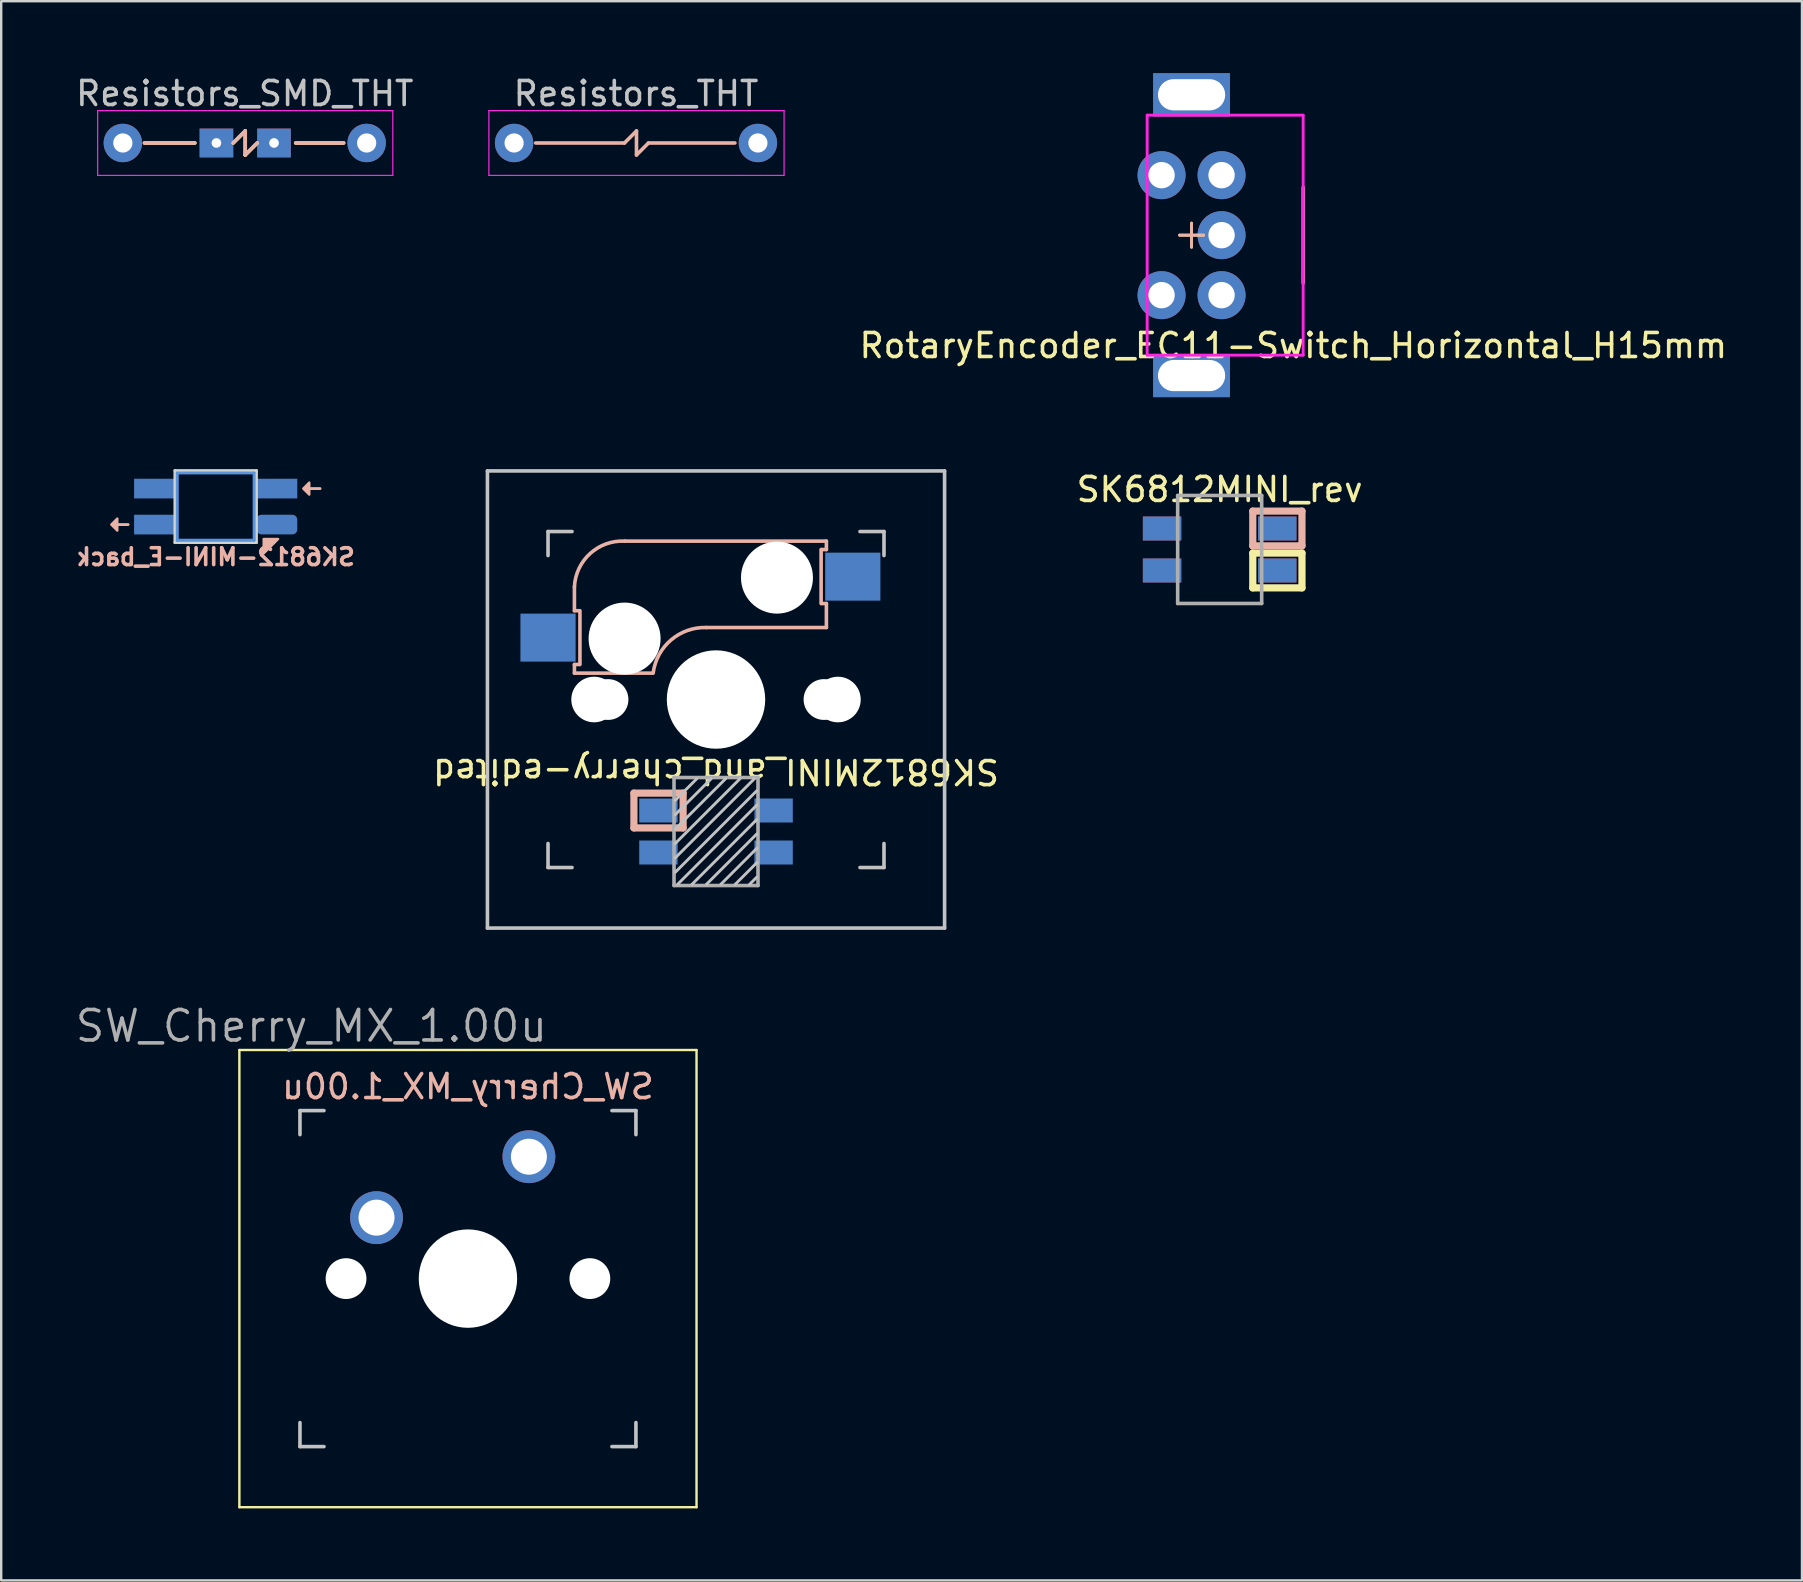
<source format=kicad_pcb>
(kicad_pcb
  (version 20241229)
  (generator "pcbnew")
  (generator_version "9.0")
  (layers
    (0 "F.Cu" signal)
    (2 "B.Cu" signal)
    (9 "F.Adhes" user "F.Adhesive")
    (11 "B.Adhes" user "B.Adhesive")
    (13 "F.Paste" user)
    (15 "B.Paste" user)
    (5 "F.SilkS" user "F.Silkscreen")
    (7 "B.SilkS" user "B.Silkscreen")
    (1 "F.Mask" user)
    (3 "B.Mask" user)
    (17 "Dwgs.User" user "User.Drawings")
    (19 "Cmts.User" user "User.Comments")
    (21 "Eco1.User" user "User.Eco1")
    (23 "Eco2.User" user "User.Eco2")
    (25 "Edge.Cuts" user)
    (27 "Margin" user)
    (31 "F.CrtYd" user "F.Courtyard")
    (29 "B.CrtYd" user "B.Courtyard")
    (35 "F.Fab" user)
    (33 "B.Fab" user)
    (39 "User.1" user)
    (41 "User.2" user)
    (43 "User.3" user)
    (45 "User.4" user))
  (footprint "SW_Cherry_MX_1.00u"
    (layer "F.Cu")
    (at 6.925 40.706)
    (property "Reference" "SW_Cherry_MX_1.00u" (at 3 -1 0) (layer "F.Fab") (effects (font (size 1.27 1.27) (thickness 0.15))))
    (attr through_hole)
    (fp_line (start 0 0) (end 19.05 0) (stroke (width 0.1) (type solid)) (layer "F.SilkS"))
    (fp_line (start 0 19.05) (end 0 0) (stroke (width 0.1) (type solid)) (layer "F.SilkS"))
    (fp_line (start 19.05 0) (end 19.05 19.05) (stroke (width 0.1) (type solid)) (layer "F.SilkS"))
    (fp_line (start 19.05 19.05) (end 0 19.05) (stroke (width 0.1) (type solid)) (layer "F.SilkS"))
    (fp_line (start 2.525 2.525) (end 3.525 2.525) (stroke (width 0.15) (type solid)) (layer "Dwgs.User"))
    (fp_line (start 2.525 3.525) (end 2.525 2.525) (stroke (width 0.15) (type solid)) (layer "Dwgs.User"))
    (fp_line (start 2.525 15.525) (end 2.525 16.525) (stroke (width 0.15) (type solid)) (layer "Dwgs.User"))
    (fp_line (start 2.525 16.525) (end 3.525 16.525) (stroke (width 0.15) (type solid)) (layer "Dwgs.User"))
    (fp_line (start 15.525 16.525) (end 16.525 16.525) (stroke (width 0.15) (type solid)) (layer "Dwgs.User"))
    (fp_line (start 16.525 2.525) (end 15.525 2.525) (stroke (width 0.15) (type solid)) (layer "Dwgs.User"))
    (fp_line (start 16.525 2.525) (end 16.525 3.525) (stroke (width 0.15) (type solid)) (layer "Dwgs.User"))
    (fp_line (start 16.525 16.525) (end 16.525 15.525) (stroke (width 0.15) (type solid)) (layer "Dwgs.User"))
    (fp_line (start 2.275 2.275) (end 16.775 2.275) (stroke (width 0.05) (type solid)) (layer "Eco1.User"))
    (fp_line (start 2.275 16.775) (end 2.275 2.275) (stroke (width 0.05) (type solid)) (layer "Eco1.User"))
    (fp_line (start 16.775 2.275) (end 16.775 16.775) (stroke (width 0.05) (type solid)) (layer "Eco1.User"))
    (fp_line (start 16.775 16.775) (end 2.275 16.775) (stroke (width 0.05) (type solid)) (layer "Eco1.User"))
    (fp_rect (start 2.525 2.525) (end 2.275 2.275) (stroke (width 0.01) (type solid)) (fill no) (layer "User.1"))
    (fp_text user "${REFERENCE}" (at 9.525 1.525 0) (layer "B.SilkS") (effects (font (size 1 1) (thickness 0.15)) (justify mirror)))
    (pad "" np_thru_hole circle (at 4.445 9.525) (size 1.7 1.7) (drill 1.7) (layers "*.Cu" "*.Mask"))
    (pad "" np_thru_hole circle (at 9.525 9.525 90) (size 4.1 4.1) (drill 4.1) (layers "*.Cu" "*.Mask"))
    (pad "" np_thru_hole circle (at 14.605 9.525) (size 1.7 1.7) (drill 1.7) (layers "*.Cu" "*.Mask"))
    (pad "1" thru_hole circle (at 5.715 6.985 180) (size 2.2 2.2) (drill 1.5) (layers "*.Cu" "*.Mask"))
    (pad "2" thru_hole circle (at 12.065 4.445 180) (size 2.2 2.2) (drill 1.5) (layers "*.Cu" "*.Mask")))
  (footprint "Resistors_SMD_THT"
    (layer "F.Cu")
    (at 2.069 2.908)
    (property "Reference" "Resistors_SMD_THT" (at 5.08 -2.06 0) (layer "Dwgs.User") (effects (font (size 1 1) (thickness 0.15))))
    (attr through_hole)
    (fp_line (start 0.9 0) (end 3 0) (stroke (width 0.15) (type solid)) (layer "F.SilkS"))
    (fp_line (start 4.6 0) (end 5.1 -0.5) (stroke (width 0.15) (type solid)) (layer "F.SilkS"))
    (fp_line (start 5.1 -0.5) (end 5.1 0.5) (stroke (width 0.15) (type solid)) (layer "F.SilkS"))
    (fp_line (start 5.1 0.5) (end 5.6 0) (stroke (width 0.15) (type solid)) (layer "F.SilkS"))
    (fp_line (start 7.2 0) (end 9.2 0) (stroke (width 0.15) (type solid)) (layer "F.SilkS"))
    (fp_line (start 0.9 0) (end 3 0) (stroke (width 0.15) (type solid)) (layer "B.SilkS"))
    (fp_line (start 4.6 0) (end 5.1 -0.5) (stroke (width 0.15) (type solid)) (layer "B.SilkS"))
    (fp_line (start 5.1 -0.5) (end 5.1 0.5) (stroke (width 0.15) (type solid)) (layer "B.SilkS"))
    (fp_line (start 5.1 0.5) (end 5.6 0) (stroke (width 0.15) (type solid)) (layer "B.SilkS"))
    (fp_line (start 7.21 0) (end 9.2 0) (stroke (width 0.15) (type solid)) (layer "B.SilkS"))
    (fp_line (start -1.05 -1.35) (end -1.05 1.35) (stroke (width 0.05) (type solid)) (layer "F.CrtYd"))
    (fp_line (start -1.05 1.35) (end 11.25 1.35) (stroke (width 0.05) (type solid)) (layer "F.CrtYd"))
    (fp_line (start 11.25 -1.35) (end -1.05 -1.35) (stroke (width 0.05) (type solid)) (layer "F.CrtYd"))
    (fp_line (start 11.25 1.35) (end 11.25 -1.35) (stroke (width 0.05) (type solid)) (layer "F.CrtYd"))
    (pad "1" thru_hole circle (at 0 0) (size 1.6 1.6) (drill 0.8) (layers "*.Cu" "*.Mask"))
    (pad "1" thru_hole rect (at 3.9 0) (size 1.4 1.2) (drill 0.4) (layers "*.Cu" "*.Mask"))
    (pad "2" thru_hole rect (at 6.3 0) (size 1.4 1.2) (drill 0.4) (layers "*.Cu" "*.Mask"))
    (pad "2" thru_hole oval (at 10.16 0) (size 1.6 1.6) (drill 0.8) (layers "*.Cu" "*.Mask")))
  (footprint "RotaryEncoder_EC11-Switch_Horizontal_H15mm"
    (layer "F.Cu")
    (at 46.604 6.75)
    (property "Reference" "RotaryEncoder_EC11-Switch_Horizontal_H15mm" (at 4.24 4.6 0) (layer "F.SilkS") (effects (font (size 1 1) (thickness 0.15))))
    (attr through_hole)
    (fp_line (start 0 0.5) (end 0 -0.5) (stroke (width 0.12) (type solid)) (layer "F.SilkS"))
    (fp_line (start 0.5 0) (end -0.5 0) (stroke (width 0.12) (type solid)) (layer "F.SilkS"))
    (fp_line (start 4.65 -2) (end 4.65 2) (stroke (width 0.12) (type solid)) (layer "F.SilkS"))
    (fp_line (start 0 0.5) (end 0 -0.5) (stroke (width 0.12) (type solid)) (layer "B.SilkS"))
    (fp_line (start 0.5 0) (end -0.5 0) (stroke (width 0.12) (type solid)) (layer "B.SilkS"))
    (fp_line (start 4.65 -2) (end 4.65 2) (stroke (width 0.12) (type solid)) (layer "B.SilkS"))
    (fp_line (start -1.85 -5) (end -1.85 5) (stroke (width 0.12) (type solid)) (layer "F.CrtYd"))
    (fp_line (start 4.65 -5) (end -1.85 -5) (stroke (width 0.12) (type solid)) (layer "F.CrtYd"))
    (fp_line (start 4.65 -5) (end 4.65 5) (stroke (width 0.12) (type solid)) (layer "F.CrtYd"))
    (fp_line (start 4.65 5) (end -1.85 5) (stroke (width 0.12) (type solid)) (layer "F.CrtYd"))
    (pad "A" thru_hole circle (at 1.25 2.5 180) (size 2 2) (drill 1.1) (layers "*.Cu" "*.Mask"))
    (pad "B" thru_hole circle (at 1.25 -2.5 180) (size 2 2) (drill 1.1) (layers "*.Cu" "*.Mask"))
    (pad "C" thru_hole circle (at 1.25 0 180) (size 2 2) (drill 1.1) (layers "*.Cu" "*.Mask"))
    (pad "MP" thru_hole rect (at 0 -5.85 180) (size 3.2 1.8) (drill oval 2.8 1.3) (layers "*.Cu" "*.Mask"))
    (pad "MP" thru_hole rect (at 0 5.85 180) (size 3.2 1.8) (drill oval 2.8 1.3) (layers "*.Cu" "*.Mask"))
    (pad "S1" thru_hole circle (at -1.25 -2.5 180) (size 2 2) (drill 1.1) (layers "*.Cu" "*.Mask"))
    (pad "S2" thru_hole circle (at -1.25 2.5 180) (size 2 2) (drill 1.1) (layers "*.Cu" "*.Mask")))
  (footprint "SK6812MINI_and_cherry-edited"
    (layer "F.Cu")
    (at 26.787 26.1)
    (property "Reference" "SK6812MINI_and_cherry-edited" (at 0 3 180) (unlocked yes) (layer "F.SilkS") (effects (font (size 1 1) (thickness 0.15))))
    (attr through_hole)
    (fp_line (start -5.9 -4.7) (end -5.9 -3.7) (stroke (width 0.15) (type solid)) (layer "B.SilkS"))
    (fp_line (start -5.9 -3.7) (end -5.7 -3.7) (stroke (width 0.15) (type solid)) (layer "B.SilkS"))
    (fp_line (start -5.9 -1.1) (end -5.9 -1.46) (stroke (width 0.15) (type solid)) (layer "B.SilkS"))
    (fp_line (start -5.9 -1.1) (end -2.62 -1.1) (stroke (width 0.15) (type solid)) (layer "B.SilkS"))
    (fp_line (start -5.7 -1.46) (end -5.9 -1.46) (stroke (width 0.15) (type solid)) (layer "B.SilkS"))
    (fp_line (start -5.67 -3.7) (end -5.67 -1.46) (stroke (width 0.15) (type solid)) (layer "B.SilkS"))
    (fp_line (start -3.421 3.9) (end -1.371 3.9) (stroke (width 0.3) (type solid)) (layer "B.SilkS"))
    (fp_line (start -3.421 5.35) (end -3.421 3.9) (stroke (width 0.3) (type solid)) (layer "B.SilkS"))
    (fp_line (start -1.371 3.9) (end -1.371 5.35) (stroke (width 0.3) (type solid)) (layer "B.SilkS"))
    (fp_line (start -1.371 5.35) (end -3.421 5.35) (stroke (width 0.3) (type solid)) (layer "B.SilkS"))
    (fp_line (start -0.4 -3) (end 4.6 -3) (stroke (width 0.15) (type solid)) (layer "B.SilkS"))
    (fp_line (start 4.38 -4) (end 4.38 -6.25) (stroke (width 0.15) (type solid)) (layer "B.SilkS"))
    (fp_line (start 4.4 -6.25) (end 4.6 -6.25) (stroke (width 0.15) (type solid)) (layer "B.SilkS"))
    (fp_line (start 4.6 -6.6) (end -3.8 -6.6) (stroke (width 0.15) (type solid)) (layer "B.SilkS"))
    (fp_line (start 4.6 -6.25) (end 4.6 -6.6) (stroke (width 0.15) (type solid)) (layer "B.SilkS"))
    (fp_line (start 4.6 -4) (end 4.4 -4) (stroke (width 0.15) (type solid)) (layer "B.SilkS"))
    (fp_line (start 4.6 -3) (end 4.6 -4) (stroke (width 0.15) (type solid)) (layer "B.SilkS"))
    (fp_arc (start -5.9 -4.699999) (mid -5.243504 -6.084924) (end -3.800001 -6.6) (stroke (width 0.15) (type solid)) (layer "B.SilkS"))
    (fp_arc (start -2.616318 -1.121471) (mid -1.868709 -2.486118) (end -0.4 -3) (stroke (width 0.15) (type solid)) (layer "B.SilkS"))
    (fp_line (start -9.525 -9.525) (end 9.525 -9.525) (stroke (width 0.15) (type solid)) (layer "Dwgs.User"))
    (fp_line (start -9.525 9.525) (end -9.525 -9.525) (stroke (width 0.15) (type solid)) (layer "Dwgs.User"))
    (fp_line (start -7 -7) (end -6 -7) (stroke (width 0.15) (type solid)) (layer "Dwgs.User"))
    (fp_line (start -7 -6) (end -7 -7) (stroke (width 0.15) (type solid)) (layer "Dwgs.User"))
    (fp_line (start -7 6) (end -7 7) (stroke (width 0.15) (type solid)) (layer "Dwgs.User"))
    (fp_line (start -7 7) (end -6 7) (stroke (width 0.15) (type solid)) (layer "Dwgs.User"))
    (fp_line (start -0.8 3.3) (end -1.7 4.2) (stroke (width 0.12) (type solid)) (layer "Dwgs.User"))
    (fp_line (start -0.2 3.3) (end -1.7 4.8) (stroke (width 0.12) (type solid)) (layer "Dwgs.User"))
    (fp_line (start 0.4 3.3) (end -1.7 5.4) (stroke (width 0.12) (type solid)) (layer "Dwgs.User"))
    (fp_line (start 1 3.3) (end -1.7 6) (stroke (width 0.12) (type solid)) (layer "Dwgs.User"))
    (fp_line (start 1.6 3.3) (end -1.7 6.6) (stroke (width 0.12) (type solid)) (layer "Dwgs.User"))
    (fp_line (start 1.7 3.8) (end -1.7 7.2) (stroke (width 0.12) (type solid)) (layer "Dwgs.User"))
    (fp_line (start 1.7 4.4) (end -1.6 7.7) (stroke (width 0.12) (type solid)) (layer "Dwgs.User"))
    (fp_line (start 1.7 5) (end -1 7.7) (stroke (width 0.12) (type solid)) (layer "Dwgs.User"))
    (fp_line (start 1.7 5.6) (end -0.4 7.7) (stroke (width 0.12) (type solid)) (layer "Dwgs.User"))
    (fp_line (start 1.7 6.2) (end 0.2 7.7) (stroke (width 0.12) (type solid)) (layer "Dwgs.User"))
    (fp_line (start 1.7 6.8) (end 0.8 7.7) (stroke (width 0.12) (type solid)) (layer "Dwgs.User"))
    (fp_line (start 1.7 7.4) (end 1.4 7.7) (stroke (width 0.12) (type solid)) (layer "Dwgs.User"))
    (fp_line (start 6 7) (end 7 7) (stroke (width 0.15) (type solid)) (layer "Dwgs.User"))
    (fp_line (start 7 -7) (end 6 -7) (stroke (width 0.15) (type solid)) (layer "Dwgs.User"))
    (fp_line (start 7 -7) (end 7 -6) (stroke (width 0.15) (type solid)) (layer "Dwgs.User"))
    (fp_line (start 7 7) (end 7 6) (stroke (width 0.15) (type solid)) (layer "Dwgs.User"))
    (fp_line (start 9.525 -9.525) (end 9.525 9.525) (stroke (width 0.15) (type solid)) (layer "Dwgs.User"))
    (fp_line (start 9.525 9.525) (end -9.525 9.525) (stroke (width 0.15) (type solid)) (layer "Dwgs.User"))
    (fp_line (start -1.75 3.25) (end -1.75 7.75) (stroke (width 0.15) (type solid)) (layer "F.Fab"))
    (fp_line (start -1.75 3.25) (end 1.75 3.25) (stroke (width 0.15) (type solid)) (layer "F.Fab"))
    (fp_line (start 1.75 3.25) (end 1.75 7.75) (stroke (width 0.15) (type solid)) (layer "F.Fab"))
    (fp_line (start 1.75 7.75) (end -1.75 7.75) (stroke (width 0.15) (type solid)) (layer "F.Fab"))
    (pad "" np_thru_hole circle (at -5.08 0) (size 1.9 1.9) (drill 1.9) (layers "*.Cu" "*.Mask"))
    (pad "" np_thru_hole circle (at -4.5 0) (size 1.7 1.7) (drill 1.7) (layers "*.Cu" "*.Mask"))
    (pad "" np_thru_hole circle (at -3.81 -2.54 180) (size 3 3) (drill 3) (layers "*.Cu" "*.Mask"))
    (pad "" np_thru_hole circle (at 0 0 90) (size 4.1 4.1) (drill 4.1) (layers "*.Cu" "*.Mask"))
    (pad "" np_thru_hole circle (at 2.54 -5.08 180) (size 3 3) (drill 3) (layers "*.Cu" "*.Mask"))
    (pad "" np_thru_hole circle (at 4.5 0) (size 1.7 1.7) (drill 1.7) (layers "*.Cu" "*.Mask"))
    (pad "" np_thru_hole circle (at 5.08 0) (size 1.9 1.9) (drill 1.9) (layers "*.Cu" "*.Mask"))
    (pad "1" smd rect (at -2.4 4.625) (size 1.6 1) (layers "B.Cu" "B.Mask" "B.Paste"))
    (pad "2" smd rect (at -2.4 6.375) (size 1.6 1) (layers "B.Cu" "B.Mask" "B.Paste"))
    (pad "3" smd rect (at 2.4 6.375) (size 1.6 1) (layers "B.Cu" "B.Mask" "B.Paste"))
    (pad "4" smd rect (at 2.4 4.625) (size 1.6 1) (layers "B.Cu" "B.Mask" "B.Paste"))
    (pad "5" smd rect (at -7 -2.58 180) (size 2.3 2) (layers "B.Cu" "B.Mask" "B.Paste"))
    (pad "6" smd rect (at 5.7 -5.12 180) (size 2.3 2) (layers "B.Cu" "B.Mask" "B.Paste")))
  (footprint "SK6812MINI_rev"
    (layer "F.Cu")
    (at 47.775 19.848)
    (property "Reference" "SK6812MINI_rev" (at 0 -2.5 0) (layer "F.SilkS") (effects (font (size 1 1) (thickness 0.15))))
    (attr through_hole)
    (fp_line (start 1.38 0.15) (end 3.43 0.15) (stroke (width 0.3) (type solid)) (layer "F.SilkS"))
    (fp_line (start 1.38 1.6) (end 1.38 0.15) (stroke (width 0.3) (type solid)) (layer "F.SilkS"))
    (fp_line (start 3.43 0.15) (end 3.43 1.6) (stroke (width 0.3) (type solid)) (layer "F.SilkS"))
    (fp_line (start 3.43 1.6) (end 1.38 1.6) (stroke (width 0.3) (type solid)) (layer "F.SilkS"))
    (fp_line (start 1.38 -1.6) (end 3.43 -1.6) (stroke (width 0.3) (type solid)) (layer "B.SilkS"))
    (fp_line (start 1.38 -0.15) (end 1.38 -1.6) (stroke (width 0.3) (type solid)) (layer "B.SilkS"))
    (fp_line (start 3.43 -1.6) (end 3.43 -0.15) (stroke (width 0.3) (type solid)) (layer "B.SilkS"))
    (fp_line (start 3.43 -0.15) (end 1.38 -0.15) (stroke (width 0.3) (type solid)) (layer "B.SilkS"))
    (fp_line (start -1.75 -2.25) (end -1.75 2.25) (stroke (width 0.15) (type solid)) (layer "F.Fab"))
    (fp_line (start -1.75 -2.25) (end 1.75 -2.25) (stroke (width 0.15) (type solid)) (layer "F.Fab"))
    (fp_line (start 1.75 -2.25) (end 1.75 2.25) (stroke (width 0.15) (type solid)) (layer "F.Fab"))
    (fp_line (start 1.75 2.25) (end -1.75 2.25) (stroke (width 0.15) (type solid)) (layer "F.Fab"))
    (pad "1" smd rect (at -2.4 -0.875) (size 1.6 1) (layers "B.Cu" "B.Mask" "B.Paste"))
    (pad "1" smd rect (at -2.4 0.875) (size 1.6 1) (layers "F.Cu" "F.Mask" "F.Paste"))
    (pad "2" smd rect (at -2.4 -0.875) (size 1.6 1) (layers "F.Cu" "F.Mask" "F.Paste"))
    (pad "2" smd rect (at -2.4 0.875) (size 1.6 1) (layers "B.Cu" "B.Mask" "B.Paste"))
    (pad "3" smd rect (at 2.4 -0.875) (size 1.6 1) (layers "F.Cu" "F.Mask" "F.Paste"))
    (pad "3" smd rect (at 2.4 0.875) (size 1.6 1) (layers "B.Cu" "B.Mask" "B.Paste"))
    (pad "4" smd rect (at 2.4 -0.875) (size 1.6 1) (layers "B.Cu" "B.Mask" "B.Paste"))
    (pad "4" smd rect (at 2.4 0.875) (size 1.6 1) (layers "F.Cu" "F.Mask" "F.Paste")))
  (footprint "Resistors_THT"
    (layer "F.Cu")
    (at 18.373 2.908)
    (property "Reference" "Resistors_THT" (at 5.08 -2.06 0) (layer "Dwgs.User") (effects (font (size 1 1) (thickness 0.15))))
    (attr through_hole)
    (fp_line (start 0.9 0) (end 4.6 0) (stroke (width 0.15) (type solid)) (layer "B.SilkS"))
    (fp_line (start 4.6 0) (end 5.1 -0.5) (stroke (width 0.15) (type solid)) (layer "B.SilkS"))
    (fp_line (start 5.1 -0.5) (end 5.1 0.5) (stroke (width 0.15) (type solid)) (layer "B.SilkS"))
    (fp_line (start 5.1 0.5) (end 5.6 0) (stroke (width 0.15) (type solid)) (layer "B.SilkS"))
    (fp_line (start 5.6 0) (end 9.2 0) (stroke (width 0.15) (type solid)) (layer "B.SilkS"))
    (fp_line (start -1.05 -1.35) (end -1.05 1.35) (stroke (width 0.05) (type solid)) (layer "F.CrtYd"))
    (fp_line (start -1.05 1.35) (end 11.25 1.35) (stroke (width 0.05) (type solid)) (layer "F.CrtYd"))
    (fp_line (start 11.25 -1.35) (end -1.05 -1.35) (stroke (width 0.05) (type solid)) (layer "F.CrtYd"))
    (fp_line (start 11.25 1.35) (end 11.25 -1.35) (stroke (width 0.05) (type solid)) (layer "F.CrtYd"))
    (pad "1" thru_hole circle (at 0 0) (size 1.6 1.6) (drill 0.8) (layers "*.Cu" "*.Mask"))
    (pad "2" thru_hole oval (at 10.16 0) (size 1.6 1.6) (drill 0.8) (layers "*.Cu" "*.Mask")))
  (footprint "SK6812-MINI-E_back"
    (layer "F.Cu")
    (at 5.938 18.06)
    (property "Reference" "SK6812-MINI-E_back" (at 0 2.1 0) (unlocked yes) (layer "B.SilkS") (effects (font (size 0.7 0.7) (thickness 0.15)) (justify mirror)))
    (attr through_hole)
    (fp_line (start -4.1 0.75) (end -3.65 0.75) (stroke (width 0.12) (type solid)) (layer "B.SilkS"))
    (fp_line (start 3.9 -0.75) (end 4.35 -0.75) (stroke (width 0.12) (type solid)) (layer "B.SilkS"))
    (fp_poly (pts (xy -4.1 0.5) (xy -4.35 0.75) (xy -4.1 1)) (stroke (width 0.1) (type solid)) (fill yes) (layer "B.SilkS"))
    (fp_poly (pts (xy 2 1.95) (xy 2 1.35) (xy 2.6 1.35)) (stroke (width 0.1) (type solid)) (fill yes) (layer "B.SilkS"))
    (fp_poly (pts (xy 3.9 -1) (xy 3.65 -0.75) (xy 3.9 -0.5)) (stroke (width 0.1) (type solid)) (fill yes) (layer "B.SilkS"))
    (fp_line (start -1.6 -1.4) (end 1.6 -1.4) (stroke (width 0.12) (type solid)) (layer "Cmts.User"))
    (fp_line (start -1.6 1.4) (end -1.6 -1.4) (stroke (width 0.12) (type solid)) (layer "Cmts.User"))
    (fp_line (start 1.6 -1.4) (end 1.6 1.4) (stroke (width 0.12) (type solid)) (layer "Cmts.User"))
    (fp_line (start 1.6 1.4) (end -1.6 1.4) (stroke (width 0.12) (type solid)) (layer "Cmts.User"))
    (fp_line (start -1.7 -1.5) (end 1.7 -1.5) (stroke (width 0.12) (type solid)) (layer "Edge.Cuts"))
    (fp_line (start -1.7 1.5) (end -1.7 -1.5) (stroke (width 0.12) (type solid)) (layer "Edge.Cuts"))
    (fp_line (start 1.7 -1.5) (end 1.7 1.5) (stroke (width 0.12) (type solid)) (layer "Edge.Cuts"))
    (fp_line (start 1.7 1.5) (end -1.7 1.5) (stroke (width 0.12) (type solid)) (layer "Edge.Cuts"))
    (pad "3" smd rect (at -2.55 0.75) (size 1.7 0.82) (layers "B.Cu" "B.Mask" "B.Paste"))
    (pad "4" smd rect (at -2.55 -0.75) (size 1.7 0.82) (layers "B.Cu" "B.Mask" "B.Paste"))
    (pad "5" smd rect (at 2.55 -0.75) (size 1.7 0.82) (layers "B.Cu" "B.Mask" "B.Paste"))
    (pad "6" smd roundrect (at 2.55 0.75) (size 1.7 0.82) (layers "B.Cu" "B.Mask" "B.Paste") (roundrect_rratio 0.25)))
  (gr_rect
    (start -3 -3)
    (end 72.04 62.806)
    (stroke (width 0.1) (type default))
    (fill no)
    (layer "Edge.Cuts")))
</source>
